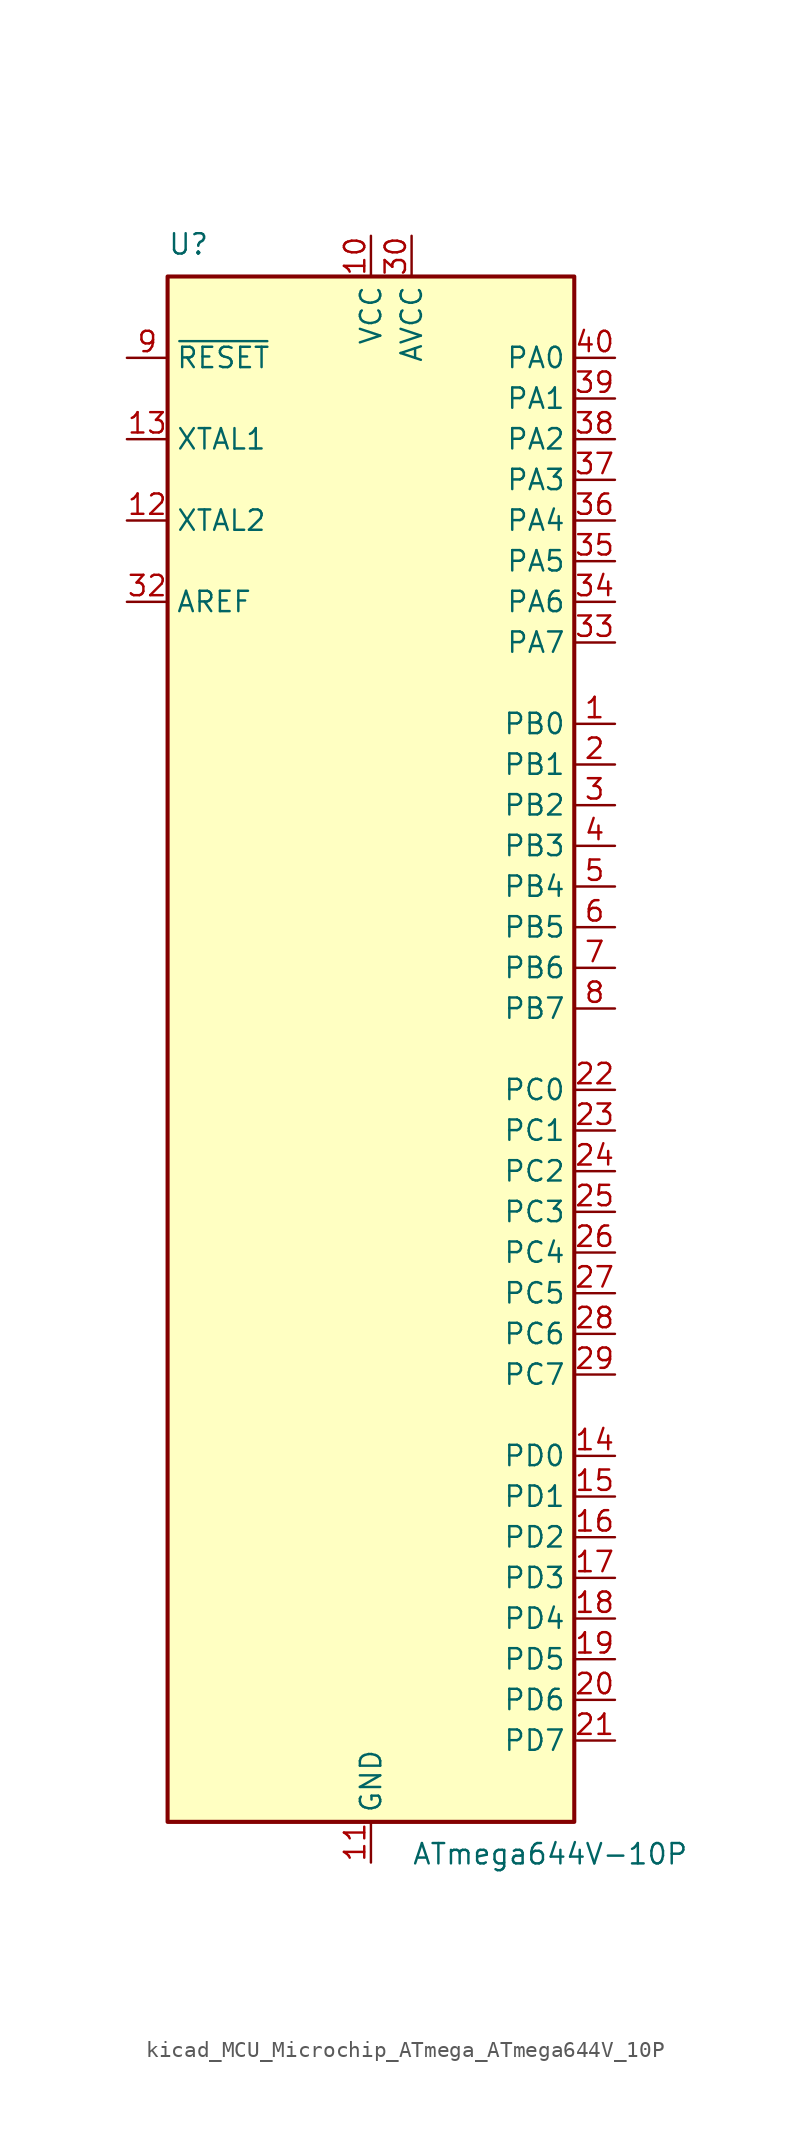
<source format=kicad_sym>
(kicad_symbol_lib
  (version 20220914)
  (generator kicad_symbol_editor)
  (symbol "kicad_MCU_Microchip_ATmega_ATmega644V_10P"
    (property "Reference" "U"
      (at -12.7 49.53 0)
      (effects (font (size 1.27 1.27)) (justify left bottom)))
    (property "Value" "ATmega644V-10P"
      (at 2.54 -49.53 0)
      (effects (font (size 1.27 1.27)) (justify left top)))
    (symbol "kicad_MCU_Microchip_ATmega_ATmega644V_10P_0_1"
      (rectangle (start -12.7 -48.26) (end 12.7 48.26) (stroke (width 0.254) (type default)) (fill (type background))))
    (symbol "kicad_MCU_Microchip_ATmega_ATmega644V_10P_1_1"
      (pin bidirectional line (at 15.24 20.32 180) (length 2.54) (name "PB0" (effects (font (size 1.27 1.27)))) (number "1" (effects (font (size 1.27 1.27)))))
      (pin power_in line (at 0 50.8 270) (length 2.54) (name "VCC" (effects (font (size 1.27 1.27)))) (number "10" (effects (font (size 1.27 1.27)))))
      (pin power_in line (at 0 -50.8 90) (length 2.54) (name "GND" (effects (font (size 1.27 1.27)))) (number "11" (effects (font (size 1.27 1.27)))))
      (pin output line (at -15.24 33.02 0) (length 2.54) (name "XTAL2" (effects (font (size 1.27 1.27)))) (number "12" (effects (font (size 1.27 1.27)))))
      (pin input line (at -15.24 38.1 0) (length 2.54) (name "XTAL1" (effects (font (size 1.27 1.27)))) (number "13" (effects (font (size 1.27 1.27)))))
      (pin bidirectional line (at 15.24 -25.4 180) (length 2.54) (name "PD0" (effects (font (size 1.27 1.27)))) (number "14" (effects (font (size 1.27 1.27)))))
      (pin bidirectional line (at 15.24 -27.94 180) (length 2.54) (name "PD1" (effects (font (size 1.27 1.27)))) (number "15" (effects (font (size 1.27 1.27)))))
      (pin bidirectional line (at 15.24 -30.48 180) (length 2.54) (name "PD2" (effects (font (size 1.27 1.27)))) (number "16" (effects (font (size 1.27 1.27)))))
      (pin bidirectional line (at 15.24 -33.02 180) (length 2.54) (name "PD3" (effects (font (size 1.27 1.27)))) (number "17" (effects (font (size 1.27 1.27)))))
      (pin bidirectional line (at 15.24 -35.56 180) (length 2.54) (name "PD4" (effects (font (size 1.27 1.27)))) (number "18" (effects (font (size 1.27 1.27)))))
      (pin bidirectional line (at 15.24 -38.1 180) (length 2.54) (name "PD5" (effects (font (size 1.27 1.27)))) (number "19" (effects (font (size 1.27 1.27)))))
      (pin bidirectional line (at 15.24 17.78 180) (length 2.54) (name "PB1" (effects (font (size 1.27 1.27)))) (number "2" (effects (font (size 1.27 1.27)))))
      (pin bidirectional line (at 15.24 -40.64 180) (length 2.54) (name "PD6" (effects (font (size 1.27 1.27)))) (number "20" (effects (font (size 1.27 1.27)))))
      (pin bidirectional line (at 15.24 -43.18 180) (length 2.54) (name "PD7" (effects (font (size 1.27 1.27)))) (number "21" (effects (font (size 1.27 1.27)))))
      (pin bidirectional line (at 15.24 -2.54 180) (length 2.54) (name "PC0" (effects (font (size 1.27 1.27)))) (number "22" (effects (font (size 1.27 1.27)))))
      (pin bidirectional line (at 15.24 -5.08 180) (length 2.54) (name "PC1" (effects (font (size 1.27 1.27)))) (number "23" (effects (font (size 1.27 1.27)))))
      (pin bidirectional line (at 15.24 -7.62 180) (length 2.54) (name "PC2" (effects (font (size 1.27 1.27)))) (number "24" (effects (font (size 1.27 1.27)))))
      (pin bidirectional line (at 15.24 -10.16 180) (length 2.54) (name "PC3" (effects (font (size 1.27 1.27)))) (number "25" (effects (font (size 1.27 1.27)))))
      (pin bidirectional line (at 15.24 -12.7 180) (length 2.54) (name "PC4" (effects (font (size 1.27 1.27)))) (number "26" (effects (font (size 1.27 1.27)))))
      (pin bidirectional line (at 15.24 -15.24 180) (length 2.54) (name "PC5" (effects (font (size 1.27 1.27)))) (number "27" (effects (font (size 1.27 1.27)))))
      (pin bidirectional line (at 15.24 -17.78 180) (length 2.54) (name "PC6" (effects (font (size 1.27 1.27)))) (number "28" (effects (font (size 1.27 1.27)))))
      (pin bidirectional line (at 15.24 -20.32 180) (length 2.54) (name "PC7" (effects (font (size 1.27 1.27)))) (number "29" (effects (font (size 1.27 1.27)))))
      (pin bidirectional line (at 15.24 15.24 180) (length 2.54) (name "PB2" (effects (font (size 1.27 1.27)))) (number "3" (effects (font (size 1.27 1.27)))))
      (pin power_in line (at 2.54 50.8 270) (length 2.54) (name "AVCC" (effects (font (size 1.27 1.27)))) (number "30" (effects (font (size 1.27 1.27)))))
      (pin passive line (at 0 -50.8 90) (length 2.54) hide (name "GND" (effects (font (size 1.27 1.27)))) (number "31" (effects (font (size 1.27 1.27)))))
      (pin passive line (at -15.24 27.94 0) (length 2.54) (name "AREF" (effects (font (size 1.27 1.27)))) (number "32" (effects (font (size 1.27 1.27)))))
      (pin bidirectional line (at 15.24 25.4 180) (length 2.54) (name "PA7" (effects (font (size 1.27 1.27)))) (number "33" (effects (font (size 1.27 1.27)))))
      (pin bidirectional line (at 15.24 27.94 180) (length 2.54) (name "PA6" (effects (font (size 1.27 1.27)))) (number "34" (effects (font (size 1.27 1.27)))))
      (pin bidirectional line (at 15.24 30.48 180) (length 2.54) (name "PA5" (effects (font (size 1.27 1.27)))) (number "35" (effects (font (size 1.27 1.27)))))
      (pin bidirectional line (at 15.24 33.02 180) (length 2.54) (name "PA4" (effects (font (size 1.27 1.27)))) (number "36" (effects (font (size 1.27 1.27)))))
      (pin bidirectional line (at 15.24 35.56 180) (length 2.54) (name "PA3" (effects (font (size 1.27 1.27)))) (number "37" (effects (font (size 1.27 1.27)))))
      (pin bidirectional line (at 15.24 38.1 180) (length 2.54) (name "PA2" (effects (font (size 1.27 1.27)))) (number "38" (effects (font (size 1.27 1.27)))))
      (pin bidirectional line (at 15.24 40.64 180) (length 2.54) (name "PA1" (effects (font (size 1.27 1.27)))) (number "39" (effects (font (size 1.27 1.27)))))
      (pin bidirectional line (at 15.24 12.7 180) (length 2.54) (name "PB3" (effects (font (size 1.27 1.27)))) (number "4" (effects (font (size 1.27 1.27)))))
      (pin bidirectional line (at 15.24 43.18 180) (length 2.54) (name "PA0" (effects (font (size 1.27 1.27)))) (number "40" (effects (font (size 1.27 1.27)))))
      (pin bidirectional line (at 15.24 10.16 180) (length 2.54) (name "PB4" (effects (font (size 1.27 1.27)))) (number "5" (effects (font (size 1.27 1.27)))))
      (pin bidirectional line (at 15.24 7.62 180) (length 2.54) (name "PB5" (effects (font (size 1.27 1.27)))) (number "6" (effects (font (size 1.27 1.27)))))
      (pin bidirectional line (at 15.24 5.08 180) (length 2.54) (name "PB6" (effects (font (size 1.27 1.27)))) (number "7" (effects (font (size 1.27 1.27)))))
      (pin bidirectional line (at 15.24 2.54 180) (length 2.54) (name "PB7" (effects (font (size 1.27 1.27)))) (number "8" (effects (font (size 1.27 1.27)))))
      (pin input line (at -15.24 43.18 0) (length 2.54) (name "~{RESET}" (effects (font (size 1.27 1.27)))) (number "9" (effects (font (size 1.27 1.27))))))))
</source>
